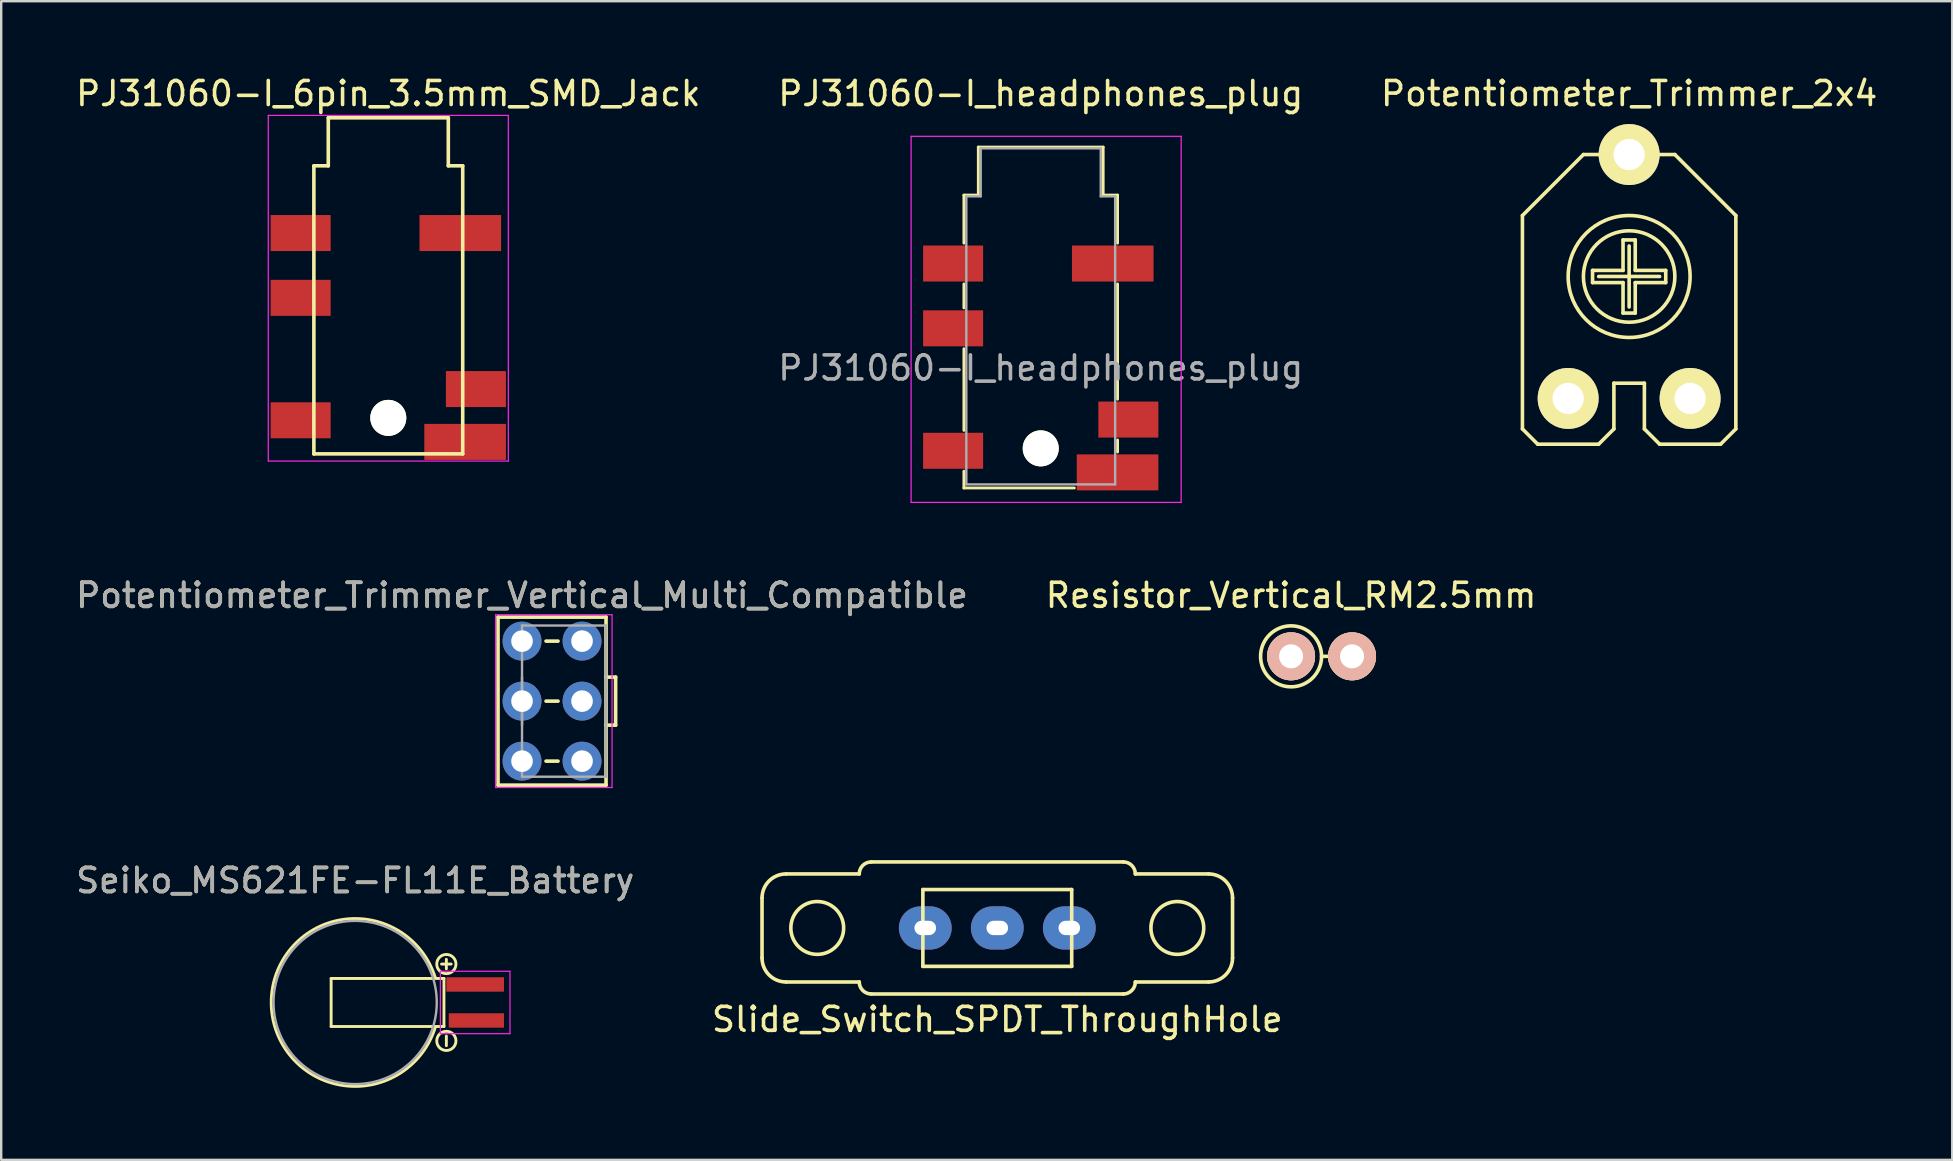
<source format=kicad_pcb>
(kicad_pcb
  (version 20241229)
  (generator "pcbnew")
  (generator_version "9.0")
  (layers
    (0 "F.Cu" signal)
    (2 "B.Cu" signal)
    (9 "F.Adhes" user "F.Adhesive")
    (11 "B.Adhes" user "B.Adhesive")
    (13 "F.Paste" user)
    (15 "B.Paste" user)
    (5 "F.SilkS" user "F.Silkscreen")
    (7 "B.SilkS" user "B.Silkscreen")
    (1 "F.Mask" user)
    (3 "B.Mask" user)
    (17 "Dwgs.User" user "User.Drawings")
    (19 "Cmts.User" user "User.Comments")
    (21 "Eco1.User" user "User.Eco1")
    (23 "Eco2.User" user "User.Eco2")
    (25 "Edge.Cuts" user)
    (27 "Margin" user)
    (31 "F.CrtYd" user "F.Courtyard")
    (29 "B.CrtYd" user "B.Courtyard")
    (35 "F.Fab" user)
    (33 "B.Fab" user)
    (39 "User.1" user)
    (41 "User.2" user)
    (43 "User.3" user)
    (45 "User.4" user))
  (footprint "PJ31060-I_6pin_3.5mm_SMD_Jack"
    (layer "F.Cu")
    (at 13.125 11.008)
    (property "Reference" "PJ31060-I_6pin_3.5mm_SMD_Jack" (at 0 -10.16 0) (layer "F.SilkS") (effects (font (size 1 1) (thickness 0.15))))
    (attr smd)
    (fp_line (start -3.1 -7.15) (end -3.1 4.85) (stroke (width 0.15) (type solid)) (layer "F.SilkS"))
    (fp_line (start -2.5 -9.15) (end -2.5 -7.15) (stroke (width 0.15) (type solid)) (layer "F.SilkS"))
    (fp_line (start -2.5 -7.15) (end -3.1 -7.15) (stroke (width 0.15) (type solid)) (layer "F.SilkS"))
    (fp_line (start 2.5 -9.15) (end -2.5 -9.15) (stroke (width 0.15) (type solid)) (layer "F.SilkS"))
    (fp_line (start 2.5 -7.15) (end 2.5 -9.15) (stroke (width 0.15) (type solid)) (layer "F.SilkS"))
    (fp_line (start 2.5 -7.15) (end 3.1 -7.15) (stroke (width 0.15) (type solid)) (layer "F.SilkS"))
    (fp_line (start 3.1 -7.15) (end 3.1 4.85) (stroke (width 0.15) (type solid)) (layer "F.SilkS"))
    (fp_line (start 3.1 4.85) (end -3.1 4.85) (stroke (width 0.15) (type solid)) (layer "F.SilkS"))
    (fp_line (start -5 -9.25) (end -5 5.15) (stroke (width 0.05) (type solid)) (layer "F.CrtYd"))
    (fp_line (start -5 5.15) (end 5 5.15) (stroke (width 0.05) (type solid)) (layer "F.CrtYd"))
    (fp_line (start 5 -9.25) (end -5 -9.25) (stroke (width 0.05) (type solid)) (layer "F.CrtYd"))
    (fp_line (start 5 5.15) (end 5 -9.25) (stroke (width 0.05) (type solid)) (layer "F.CrtYd"))
    (pad "" np_thru_hole circle (at 0 3.35) (size 1.5 1.5) (drill 1.5) (layers "*.Cu" "*.Mask" "F.SilkS"))
    (pad "1" smd rect (at -3.65 -4.35) (size 2.5 1.5) (layers "F.Cu" "F.Mask" "F.Paste"))
    (pad "2" smd rect (at 3.65 2.15) (size 2.5 1.5) (layers "F.Cu" "F.Mask" "F.Paste"))
    (pad "3" smd rect (at -3.65 -1.65) (size 2.5 1.5) (layers "F.Cu" "F.Mask" "F.Paste"))
    (pad "4" smd rect (at 3 -4.35) (size 3.4 1.5) (layers "F.Cu" "F.Mask" "F.Paste"))
    (pad "5" smd rect (at 3.2 4.35) (size 3.4 1.5) (layers "F.Cu" "F.Mask" "F.Paste"))
    (pad "6" smd rect (at -3.65 3.45) (size 2.5 1.5) (layers "F.Cu" "F.Mask" "F.Paste")))
  (footprint "Potentiometer_Trimmer_Vertical_Multi_Compatible"
    (layer "F.Cu")
    (at 18.696 23.657)
    (property "Reference" "Potentiometer_Trimmer_Vertical_Multi_Compatible" (at 0 -1.905 0) (layer "F.SilkS") (effects (font (size 1 1) (thickness 0.15))))
    (attr through_hole)
    (fp_line (start -1 -1) (end -1 6) (stroke (width 0.15) (type solid)) (layer "F.SilkS"))
    (fp_line (start -1 6) (end 3.5 6) (stroke (width 0.15) (type solid)) (layer "F.SilkS"))
    (fp_line (start 1 0) (end 1.5 0) (stroke (width 0.15) (type solid)) (layer "F.SilkS"))
    (fp_line (start 1 2.5) (end 1.5 2.5) (stroke (width 0.15) (type solid)) (layer "F.SilkS"))
    (fp_line (start 1 5) (end 1.5 5) (stroke (width 0.15) (type solid)) (layer "F.SilkS"))
    (fp_line (start 3.5 -1) (end -1 -1) (stroke (width 0.15) (type solid)) (layer "F.SilkS"))
    (fp_line (start 3.5 -1) (end 3.5 6) (stroke (width 0.15) (type solid)) (layer "F.SilkS"))
    (fp_line (start 3.9 1.5) (end 3.5 1.5) (stroke (width 0.15) (type solid)) (layer "F.SilkS"))
    (fp_line (start 3.9 1.5) (end 3.9 3.5) (stroke (width 0.15) (type solid)) (layer "F.SilkS"))
    (fp_line (start 3.9 3.5) (end 3.5 3.5) (stroke (width 0.15) (type solid)) (layer "F.SilkS"))
    (fp_line (start -1.1 -1.1) (end -1.1 6.1) (stroke (width 0.05) (type solid)) (layer "F.CrtYd"))
    (fp_line (start -1.1 6.1) (end 3.75 6.1) (stroke (width 0.05) (type solid)) (layer "F.CrtYd"))
    (fp_line (start 3.75 -1.1) (end -1.1 -1.1) (stroke (width 0.05) (type solid)) (layer "F.CrtYd"))
    (fp_line (start 3.75 6.1) (end 3.75 -1.1) (stroke (width 0.05) (type solid)) (layer "F.CrtYd"))
    (fp_line (start 0 -0.65) (end 3.5 -0.65) (stroke (width 0.1) (type solid)) (layer "F.Fab"))
    (fp_line (start 0 1.5) (end 0 3.5) (stroke (width 0.1) (type solid)) (layer "F.Fab"))
    (fp_line (start 0 5.65) (end 0 -0.65) (stroke (width 0.1) (type solid)) (layer "F.Fab"))
    (fp_line (start 3.5 -0.65) (end 3.5 5.65) (stroke (width 0.1) (type solid)) (layer "F.Fab"))
    (fp_line (start 3.5 3.5) (end 3.5 1.5) (stroke (width 0.1) (type solid)) (layer "F.Fab"))
    (fp_line (start 3.5 5.65) (end 0 5.65) (stroke (width 0.1) (type solid)) (layer "F.Fab"))
    (fp_text user "${REFERENCE}" (at 0 -1.905 0) (layer "F.Fab") (effects (font (size 1 1) (thickness 0.15))))
    (pad "1" thru_hole circle (at 0 0) (size 1.62 1.62) (drill 0.9) (layers "*.Cu" "*.Mask"))
    (pad "1" thru_hole circle (at 2.5 0) (size 1.62 1.62) (drill 0.9) (layers "*.Cu" "*.Mask"))
    (pad "2" thru_hole circle (at 0 2.5) (size 1.62 1.62) (drill 0.9) (layers "*.Cu" "*.Mask"))
    (pad "2" thru_hole circle (at 2.5 2.5) (size 1.62 1.62) (drill 0.9) (layers "*.Cu" "*.Mask"))
    (pad "3" thru_hole circle (at 0 5) (size 1.62 1.62) (drill 0.9) (layers "*.Cu" "*.Mask"))
    (pad "3" thru_hole circle (at 2.5 5) (size 1.62 1.62) (drill 0.9) (layers "*.Cu" "*.Mask")))
  (footprint "Slide_Switch_SPDT_ThroughHole"
    (layer "F.Cu")
    (at 38.494 35.606)
    (property "Reference" "Slide_Switch_SPDT_ThroughHole" (at 0 3.81 0) (layer "F.SilkS") (effects (font (size 1 1) (thickness 0.15))))
    (attr through_hole)
    (fp_line (start -9.8 -1.25) (end -9.8 1.25) (stroke (width 0.15) (type solid)) (layer "F.SilkS"))
    (fp_line (start -8.8 -2.25) (end -5.75 -2.25) (stroke (width 0.15) (type solid)) (layer "F.SilkS"))
    (fp_line (start -8.8 2.25) (end -5.75 2.25) (stroke (width 0.15) (type solid)) (layer "F.SilkS"))
    (fp_line (start -5.25 -2.75) (end 5.25 -2.75) (stroke (width 0.15) (type solid)) (layer "F.SilkS"))
    (fp_line (start -5.25 2.75) (end 5.25 2.75) (stroke (width 0.15) (type solid)) (layer "F.SilkS"))
    (fp_line (start -3.1 -1.6) (end 3.1 -1.6) (stroke (width 0.15) (type solid)) (layer "F.SilkS"))
    (fp_line (start -3.1 1.6) (end -3.1 -1.6) (stroke (width 0.15) (type solid)) (layer "F.SilkS"))
    (fp_line (start -3.1 1.6) (end 3.1 1.6) (stroke (width 0.15) (type solid)) (layer "F.SilkS"))
    (fp_line (start 3.1 1.6) (end 3.1 -1.6) (stroke (width 0.15) (type solid)) (layer "F.SilkS"))
    (fp_line (start 5.75 -2.25) (end 8.8 -2.25) (stroke (width 0.15) (type solid)) (layer "F.SilkS"))
    (fp_line (start 5.75 2.25) (end 8.8 2.25) (stroke (width 0.15) (type solid)) (layer "F.SilkS"))
    (fp_line (start 9.8 -1.25) (end 9.8 1.25) (stroke (width 0.15) (type solid)) (layer "F.SilkS"))
    (fp_arc (start -9.8 -1.25) (mid -9.507107 -1.957107) (end -8.8 -2.25) (stroke (width 0.15) (type solid)) (layer "F.SilkS"))
    (fp_arc (start -8.8 2.25) (mid -9.507107 1.957107) (end -9.8 1.25) (stroke (width 0.15) (type solid)) (layer "F.SilkS"))
    (fp_arc (start -5.75 -2.25) (mid -5.603553 -2.603553) (end -5.25 -2.75) (stroke (width 0.15) (type solid)) (layer "F.SilkS"))
    (fp_arc (start -5.25 2.75) (mid -5.603553 2.603553) (end -5.75 2.25) (stroke (width 0.15) (type solid)) (layer "F.SilkS"))
    (fp_arc (start 5.25 -2.75) (mid 5.603553 -2.603553) (end 5.75 -2.25) (stroke (width 0.15) (type solid)) (layer "F.SilkS"))
    (fp_arc (start 5.75 2.25) (mid 5.603553 2.603553) (end 5.25 2.75) (stroke (width 0.15) (type solid)) (layer "F.SilkS"))
    (fp_arc (start 8.8 -2.25) (mid 9.507107 -1.957107) (end 9.8 -1.25) (stroke (width 0.15) (type solid)) (layer "F.SilkS"))
    (fp_arc (start 9.8 1.25) (mid 9.507107 1.957107) (end 8.8 2.25) (stroke (width 0.15) (type solid)) (layer "F.SilkS"))
    (fp_circle (center -7.5 0) (end -8.6 0) (stroke (width 0.15) (type solid)) (fill no) (layer "F.SilkS"))
    (fp_circle (center 7.5 0) (end 8.6 0) (stroke (width 0.15) (type solid)) (fill no) (layer "F.SilkS"))
    (pad "1" thru_hole oval (at -3 0) (size 2.2 1.8) (drill oval 0.9 0.6) (layers "*.Cu" "*.Mask"))
    (pad "2" thru_hole oval (at 0 0) (size 2.2 1.8) (drill oval 0.9 0.6) (layers "*.Cu" "*.Mask"))
    (pad "3" thru_hole oval (at 3 0) (size 2.2 1.8) (drill oval 0.9 0.6) (layers "*.Cu" "*.Mask")))
  (footprint "Seiko_MS621FE-FL11E_Battery"
    (layer "F.Cu")
    (at 16.744 38.71)
    (property "Reference" "Seiko_MS621FE-FL11E_Battery" (at -5 -5.08 0) (layer "F.SilkS") (effects (font (size 1 1) (thickness 0.15))))
    (attr smd)
    (fp_line (start -6 -1) (end -6 1) (stroke (width 0.12) (type solid)) (layer "F.SilkS"))
    (fp_line (start -6 1) (end -1.3 1) (stroke (width 0.12) (type solid)) (layer "F.SilkS"))
    (fp_line (start -1.3 -1) (end -6 -1) (stroke (width 0.12) (type solid)) (layer "F.SilkS"))
    (fp_line (start -1.3 -1) (end -1.3 1) (stroke (width 0.12) (type solid)) (layer "F.SilkS"))
    (fp_line (start -1.2 -1.4) (end -1.2 -1.8) (stroke (width 0.12) (type solid)) (layer "F.SilkS"))
    (fp_line (start -1.2 1.4) (end -1.2 1.8) (stroke (width 0.12) (type solid)) (layer "F.SilkS"))
    (fp_line (start -1 -1.6) (end -1.4 -1.6) (stroke (width 0.12) (type solid)) (layer "F.SilkS"))
    (fp_arc (start -1.65 1) (mid -8.495993 0.023141) (end -1.663531 -1.044259) (stroke (width 0.12) (type solid)) (layer "F.SilkS"))
    (fp_circle (center -1.2 -1.6) (end -0.8 -1.6) (stroke (width 0.12) (type solid)) (fill no) (layer "F.SilkS"))
    (fp_circle (center -1.2 1.6) (end -0.8 1.6) (stroke (width 0.12) (type solid)) (fill no) (layer "F.SilkS"))
    (fp_line (start -1.45 -1.3) (end -1.45 1.3) (stroke (width 0.05) (type solid)) (layer "F.CrtYd"))
    (fp_line (start -1.45 -1.3) (end 1.45 -1.3) (stroke (width 0.05) (type solid)) (layer "F.CrtYd"))
    (fp_line (start 1.45 1.3) (end -1.45 1.3) (stroke (width 0.05) (type solid)) (layer "F.CrtYd"))
    (fp_line (start 1.45 1.3) (end 1.45 -1.3) (stroke (width 0.05) (type solid)) (layer "F.CrtYd"))
    (fp_circle (center -5 0) (end -1.6 0) (stroke (width 0.1) (type solid)) (fill no) (layer "F.Fab"))
    (fp_text user "${REFERENCE}" (at -5 -5.08 0) (layer "F.Fab") (effects (font (size 1 1) (thickness 0.15))))
    (pad "1" smd rect (at 0 -0.75) (size 2.4 0.6) (layers "F.Cu" "F.Mask" "F.Paste"))
    (pad "2" smd rect (at 0.05 0.75) (size 2.3 0.6) (layers "F.Cu" "F.Mask" "F.Paste")))
  (footprint "Resistor_Vertical_RM2.5mm"
    (layer "F.Cu")
    (at 50.732 24.291)
    (property "Reference" "Resistor_Vertical_RM2.5mm" (at 0 -2.54 0) (layer "F.SilkS") (effects (font (size 1 1) (thickness 0.15))))
    (attr through_hole)
    (fp_line (start 1.27 0) (end 1.905 0) (stroke (width 0.15) (type solid)) (layer "F.SilkS"))
    (fp_circle (center 0 0) (end 0 -1.27) (stroke (width 0.15) (type solid)) (fill no) (layer "F.SilkS"))
    (pad "1" thru_hole circle (at 0 0) (size 1.999 1.999) (drill 1.001) (layers "*.Cu" "*.SilkS" "*.Mask"))
    (pad "2" thru_hole circle (at 2.54 0) (size 1.999 1.999) (drill 1.001) (layers "*.Cu" "*.SilkS" "*.Mask")))
  (footprint "Potentiometer_Trimmer_2x4"
    (layer "F.Cu")
    (at 62.275 13.548)
    (property "Reference" "Potentiometer_Trimmer_2x4" (at 2.54 -12.7 0) (layer "F.SilkS") (effects (font (size 1 1) (thickness 0.15))))
    (attr through_hole)
    (fp_line (start -1.905 1.27) (end -1.905 -7.62) (stroke (width 0.15) (type solid)) (layer "F.SilkS"))
    (fp_line (start -1.27 1.905) (end -1.905 1.27) (stroke (width 0.15) (type solid)) (layer "F.SilkS"))
    (fp_line (start 0.635 -10.16) (end -1.905 -7.62) (stroke (width 0.15) (type solid)) (layer "F.SilkS"))
    (fp_line (start 1.016 -5.334) (end 2.286 -5.334) (stroke (width 0.15) (type solid)) (layer "F.SilkS"))
    (fp_line (start 1.016 -4.826) (end 1.016 -5.334) (stroke (width 0.15) (type solid)) (layer "F.SilkS"))
    (fp_line (start 1.27 -10.16) (end 0.635 -10.16) (stroke (width 0.15) (type solid)) (layer "F.SilkS"))
    (fp_line (start 1.27 -5.08) (end 3.81 -5.08) (stroke (width 0.15) (type solid)) (layer "F.SilkS"))
    (fp_line (start 1.27 1.905) (end -1.27 1.905) (stroke (width 0.15) (type solid)) (layer "F.SilkS"))
    (fp_line (start 1.905 -0.635) (end 1.905 1.27) (stroke (width 0.15) (type solid)) (layer "F.SilkS"))
    (fp_line (start 1.905 1.27) (end 1.27 1.905) (stroke (width 0.15) (type solid)) (layer "F.SilkS"))
    (fp_line (start 2.286 -6.604) (end 2.794 -6.604) (stroke (width 0.15) (type solid)) (layer "F.SilkS"))
    (fp_line (start 2.286 -5.334) (end 2.286 -6.604) (stroke (width 0.15) (type solid)) (layer "F.SilkS"))
    (fp_line (start 2.286 -4.826) (end 1.016 -4.826) (stroke (width 0.15) (type solid)) (layer "F.SilkS"))
    (fp_line (start 2.286 -3.556) (end 2.286 -4.826) (stroke (width 0.15) (type solid)) (layer "F.SilkS"))
    (fp_line (start 2.54 -6.35) (end 2.54 -3.81) (stroke (width 0.15) (type solid)) (layer "F.SilkS"))
    (fp_line (start 2.794 -6.604) (end 2.794 -5.334) (stroke (width 0.15) (type solid)) (layer "F.SilkS"))
    (fp_line (start 2.794 -5.334) (end 4.064 -5.334) (stroke (width 0.15) (type solid)) (layer "F.SilkS"))
    (fp_line (start 2.794 -4.826) (end 2.794 -3.556) (stroke (width 0.15) (type solid)) (layer "F.SilkS"))
    (fp_line (start 2.794 -3.556) (end 2.286 -3.556) (stroke (width 0.15) (type solid)) (layer "F.SilkS"))
    (fp_line (start 3.175 -0.635) (end 1.905 -0.635) (stroke (width 0.15) (type solid)) (layer "F.SilkS"))
    (fp_line (start 3.175 1.27) (end 3.175 -0.635) (stroke (width 0.15) (type solid)) (layer "F.SilkS"))
    (fp_line (start 3.81 -10.16) (end 4.445 -10.16) (stroke (width 0.15) (type solid)) (layer "F.SilkS"))
    (fp_line (start 3.81 1.905) (end 3.175 1.27) (stroke (width 0.15) (type solid)) (layer "F.SilkS"))
    (fp_line (start 4.064 -5.334) (end 4.064 -4.826) (stroke (width 0.15) (type solid)) (layer "F.SilkS"))
    (fp_line (start 4.064 -4.826) (end 2.794 -4.826) (stroke (width 0.15) (type solid)) (layer "F.SilkS"))
    (fp_line (start 4.445 -10.16) (end 6.985 -7.62) (stroke (width 0.15) (type solid)) (layer "F.SilkS"))
    (fp_line (start 6.35 1.905) (end 3.81 1.905) (stroke (width 0.15) (type solid)) (layer "F.SilkS"))
    (fp_line (start 6.35 1.905) (end 6.985 1.27) (stroke (width 0.15) (type solid)) (layer "F.SilkS"))
    (fp_line (start 6.985 1.27) (end 6.985 -7.62) (stroke (width 0.15) (type solid)) (layer "F.SilkS"))
    (fp_circle (center 2.54 -5.08) (end 4.445 -5.08) (stroke (width 0.15) (type solid)) (fill no) (layer "F.SilkS"))
    (fp_circle (center 2.54 -5.08) (end 5.08 -5.08) (stroke (width 0.15) (type solid)) (fill no) (layer "F.SilkS"))
    (pad "1" thru_hole circle (at 0 0) (size 2.54 2.54) (drill 1.3) (layers "*.Cu" "*.Mask" "F.SilkS"))
    (pad "2" thru_hole circle (at 2.54 -10.16) (size 2.54 2.54) (drill 1.3) (layers "*.Cu" "*.Mask" "F.SilkS"))
    (pad "3" thru_hole circle (at 5.08 0) (size 2.54 2.54) (drill 1.3) (layers "*.Cu" "*.Mask" "F.SilkS")))
  (footprint "PJ31060-I_headphones_plug"
    (layer "F.Cu")
    (at 40.304 12.278)
    (property "Reference" "PJ31060-I_headphones_plug" (at 0 -11.43 0) (layer "F.SilkS") (effects (font (size 1 1) (thickness 0.15))))
    (attr smd)
    (fp_line (start -3.2 -7.2) (end -2.6 -7.2) (stroke (width 0.12) (type solid)) (layer "F.SilkS"))
    (fp_line (start -3.2 -5.2) (end -3.2 -7.2) (stroke (width 0.12) (type solid)) (layer "F.SilkS"))
    (fp_line (start -3.2 -2.5) (end -3.2 -3.5) (stroke (width 0.12) (type solid)) (layer "F.SilkS"))
    (fp_line (start -3.2 2.6) (end -3.2 -0.8) (stroke (width 0.12) (type solid)) (layer "F.SilkS"))
    (fp_line (start -3.2 5) (end -3.2 4.3) (stroke (width 0.12) (type solid)) (layer "F.SilkS"))
    (fp_line (start -2.6 -9.2) (end 2.6 -9.2) (stroke (width 0.12) (type solid)) (layer "F.SilkS"))
    (fp_line (start -2.6 -7.2) (end -2.6 -9.2) (stroke (width 0.12) (type solid)) (layer "F.SilkS"))
    (fp_line (start 1.4 5) (end -3.2 5) (stroke (width 0.12) (type solid)) (layer "F.SilkS"))
    (fp_line (start 2.6 -9.2) (end 2.6 -7.2) (stroke (width 0.12) (type solid)) (layer "F.SilkS"))
    (fp_line (start 2.6 -7.2) (end 3.2 -7.2) (stroke (width 0.12) (type solid)) (layer "F.SilkS"))
    (fp_line (start 3.2 -7.2) (end 3.2 -5.2) (stroke (width 0.12) (type solid)) (layer "F.SilkS"))
    (fp_line (start 3.2 -3.5) (end 3.2 1.3) (stroke (width 0.12) (type solid)) (layer "F.SilkS"))
    (fp_line (start 3.2 3) (end 3.2 3.5) (stroke (width 0.12) (type solid)) (layer "F.SilkS"))
    (fp_line (start -5.4 -9.65) (end -5.4 5.6) (stroke (width 0.05) (type solid)) (layer "F.CrtYd"))
    (fp_line (start -5.4 -9.65) (end 5.85 -9.65) (stroke (width 0.05) (type solid)) (layer "F.CrtYd"))
    (fp_line (start 5.85 5.6) (end -5.4 5.6) (stroke (width 0.05) (type solid)) (layer "F.CrtYd"))
    (fp_line (start 5.85 5.6) (end 5.85 -9.65) (stroke (width 0.05) (type solid)) (layer "F.CrtYd"))
    (fp_line (start -3.1 -7.15) (end -3.1 4.85) (stroke (width 0.1) (type solid)) (layer "F.Fab"))
    (fp_line (start -2.5 -9.15) (end -2.5 -7.15) (stroke (width 0.1) (type solid)) (layer "F.Fab"))
    (fp_line (start -2.5 -7.15) (end -3.1 -7.15) (stroke (width 0.1) (type solid)) (layer "F.Fab"))
    (fp_line (start 2.5 -9.15) (end -2.5 -9.15) (stroke (width 0.1) (type solid)) (layer "F.Fab"))
    (fp_line (start 2.5 -7.15) (end 2.5 -9.15) (stroke (width 0.1) (type solid)) (layer "F.Fab"))
    (fp_line (start 2.5 -7.15) (end 3.1 -7.15) (stroke (width 0.1) (type solid)) (layer "F.Fab"))
    (fp_line (start 3.1 -7.15) (end 3.1 4.85) (stroke (width 0.1) (type solid)) (layer "F.Fab"))
    (fp_line (start 3.1 4.85) (end -3.1 4.85) (stroke (width 0.1) (type solid)) (layer "F.Fab"))
    (fp_text user "${REFERENCE}" (at 0 0 0) (layer "F.Fab") (effects (font (size 1 1) (thickness 0.15))))
    (pad "" np_thru_hole circle (at 0 3.35) (size 1.5 1.5) (drill 1.5) (layers "*.Cu" "*.Mask" "F.SilkS"))
    (pad "1" smd rect (at -3.65 -4.35) (size 2.5 1.5) (layers "F.Cu" "F.Mask" "F.Paste"))
    (pad "2" smd rect (at 3.65 2.15) (size 2.5 1.5) (layers "F.Cu" "F.Mask" "F.Paste"))
    (pad "3" smd rect (at -3.65 -1.65) (size 2.5 1.5) (layers "F.Cu" "F.Mask" "F.Paste"))
    (pad "4" smd rect (at 3 -4.35) (size 3.4 1.5) (layers "F.Cu" "F.Mask" "F.Paste"))
    (pad "5" smd rect (at 3.2 4.35) (size 3.4 1.5) (layers "F.Cu" "F.Mask" "F.Paste"))
    (pad "6" smd rect (at -3.65 3.45) (size 2.5 1.5) (layers "F.Cu" "F.Mask" "F.Paste")))
  (gr_rect
    (start -3 -3)
    (end 78.274 45.266)
    (stroke (width 0.1) (type default))
    (fill no)
    (layer "Edge.Cuts")))
</source>
